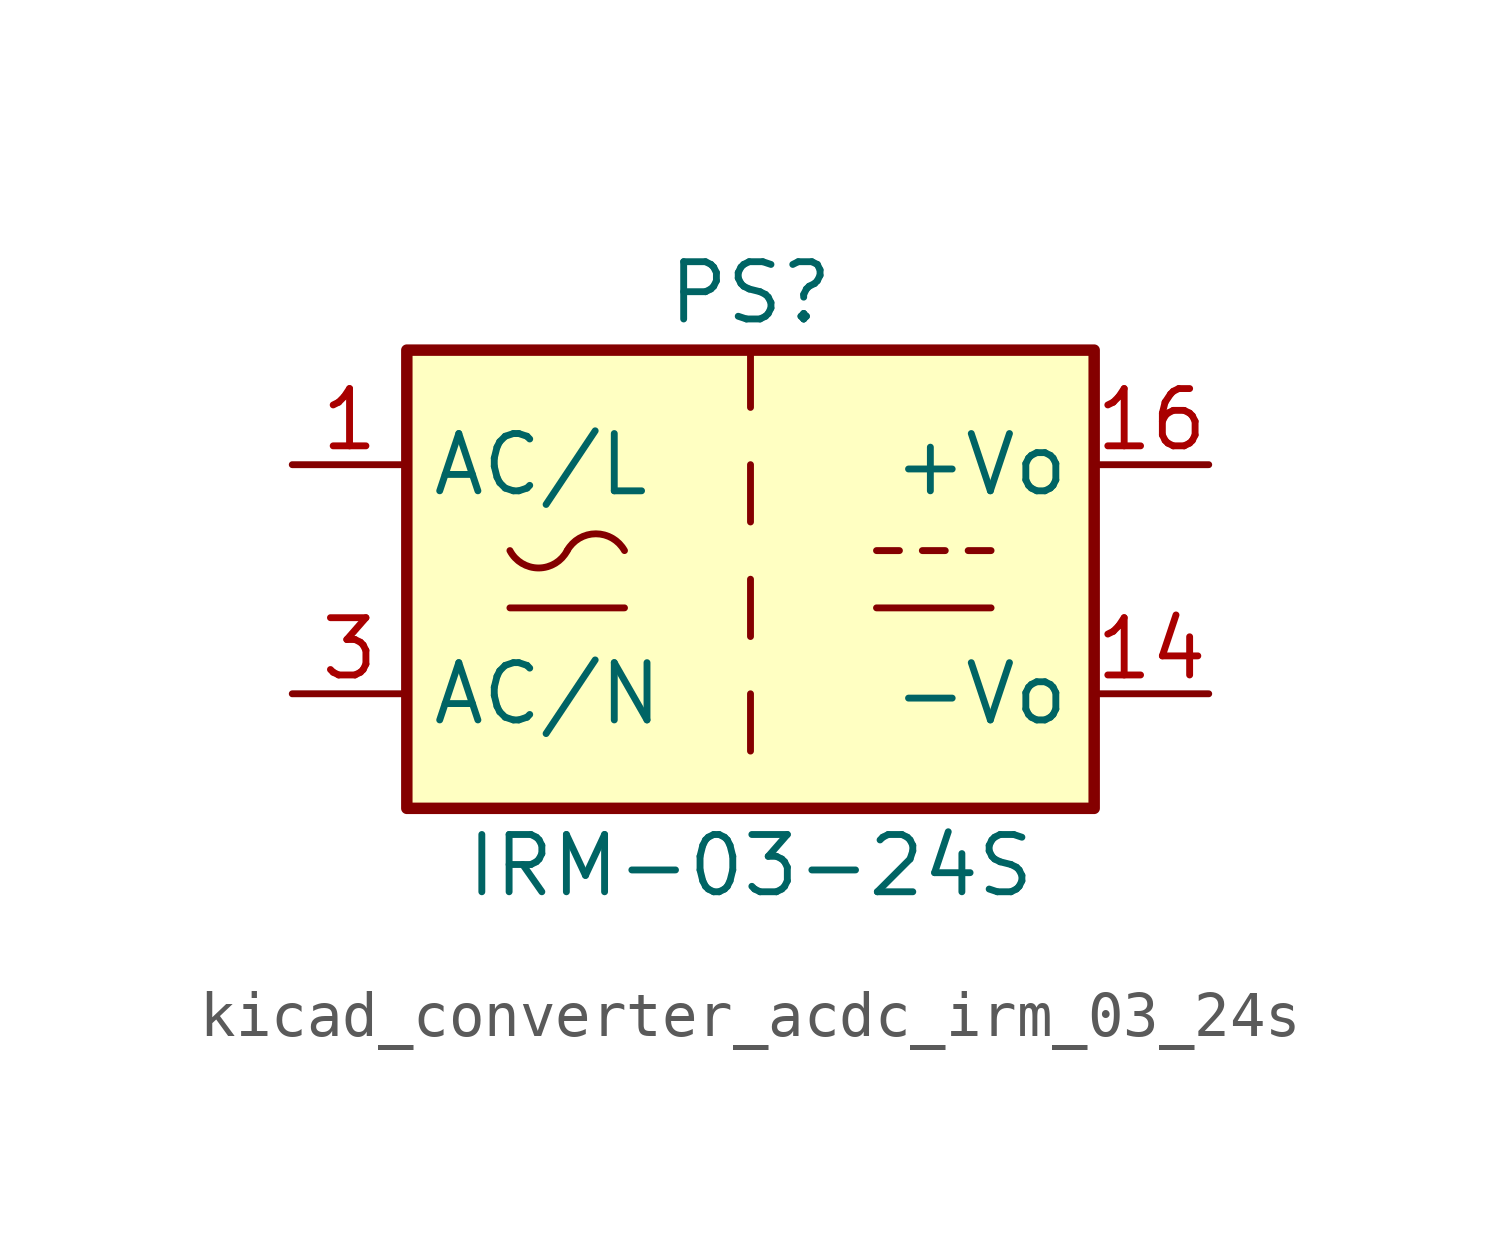
<source format=kicad_sym>
(kicad_symbol_lib
  (version 20220914)
  (generator kicad_symbol_editor)
  (symbol "kicad_converter_acdc_irm_03_24s"
    (property "Reference" "PS"
      (at 0 6.35 0)
      (effects (font (size 1.27 1.27))))
    (property "Value" "IRM-03-24S"
      (at 0 -6.35 0)
      (effects (font (size 1.27 1.27))))
    (symbol "kicad_converter_acdc_irm_03_24s_0_1"
      (rectangle (start -7.62 5.08) (end 7.62 -5.08) (stroke (width 0.254) (type default)) (fill (type background)))
      (arc (start -5.334 0.635) (mid -4.699 0.2495) (end -4.064 0.635) (stroke (width 0) (type default)) (fill (type none)))
      (arc (start -2.794 0.635) (mid -3.429 1.0072) (end -4.064 0.635) (stroke (width 0) (type default)) (fill (type none)))
      (polyline (pts (xy -5.334 -0.635) (xy -2.794 -0.635)) (stroke (width 0) (type default)) (fill (type none)))
      (polyline (pts (xy 0 -2.54) (xy 0 -3.81)) (stroke (width 0) (type default)) (fill (type none)))
      (polyline (pts (xy 0 0) (xy 0 -1.27)) (stroke (width 0) (type default)) (fill (type none)))
      (polyline (pts (xy 0 2.54) (xy 0 1.27)) (stroke (width 0) (type default)) (fill (type none)))
      (polyline (pts (xy 0 5.08) (xy 0 3.81)) (stroke (width 0) (type default)) (fill (type none)))
      (polyline (pts (xy 2.794 -0.635) (xy 5.334 -0.635)) (stroke (width 0) (type default)) (fill (type none)))
      (polyline (pts (xy 2.794 0.635) (xy 3.302 0.635)) (stroke (width 0) (type default)) (fill (type none)))
      (polyline (pts (xy 3.81 0.635) (xy 4.318 0.635)) (stroke (width 0) (type default)) (fill (type none)))
      (polyline (pts (xy 4.826 0.635) (xy 5.334 0.635)) (stroke (width 0) (type default)) (fill (type none))))
    (symbol "kicad_converter_acdc_irm_03_24s_1_1"
      (pin power_in line (at -10.16 2.54 0) (length 2.54) (name "AC/L" (effects (font (size 1.27 1.27)))) (number "1" (effects (font (size 1.27 1.27)))))
      (pin power_out line (at 10.16 -2.54 180) (length 2.54) (name "-Vo" (effects (font (size 1.27 1.27)))) (number "14" (effects (font (size 1.27 1.27)))))
      (pin power_out line (at 10.16 2.54 180) (length 2.54) (name "+Vo" (effects (font (size 1.27 1.27)))) (number "16" (effects (font (size 1.27 1.27)))))
      (pin power_in line (at -10.16 -2.54 0) (length 2.54) (name "AC/N" (effects (font (size 1.27 1.27)))) (number "3" (effects (font (size 1.27 1.27))))))))
</source>
